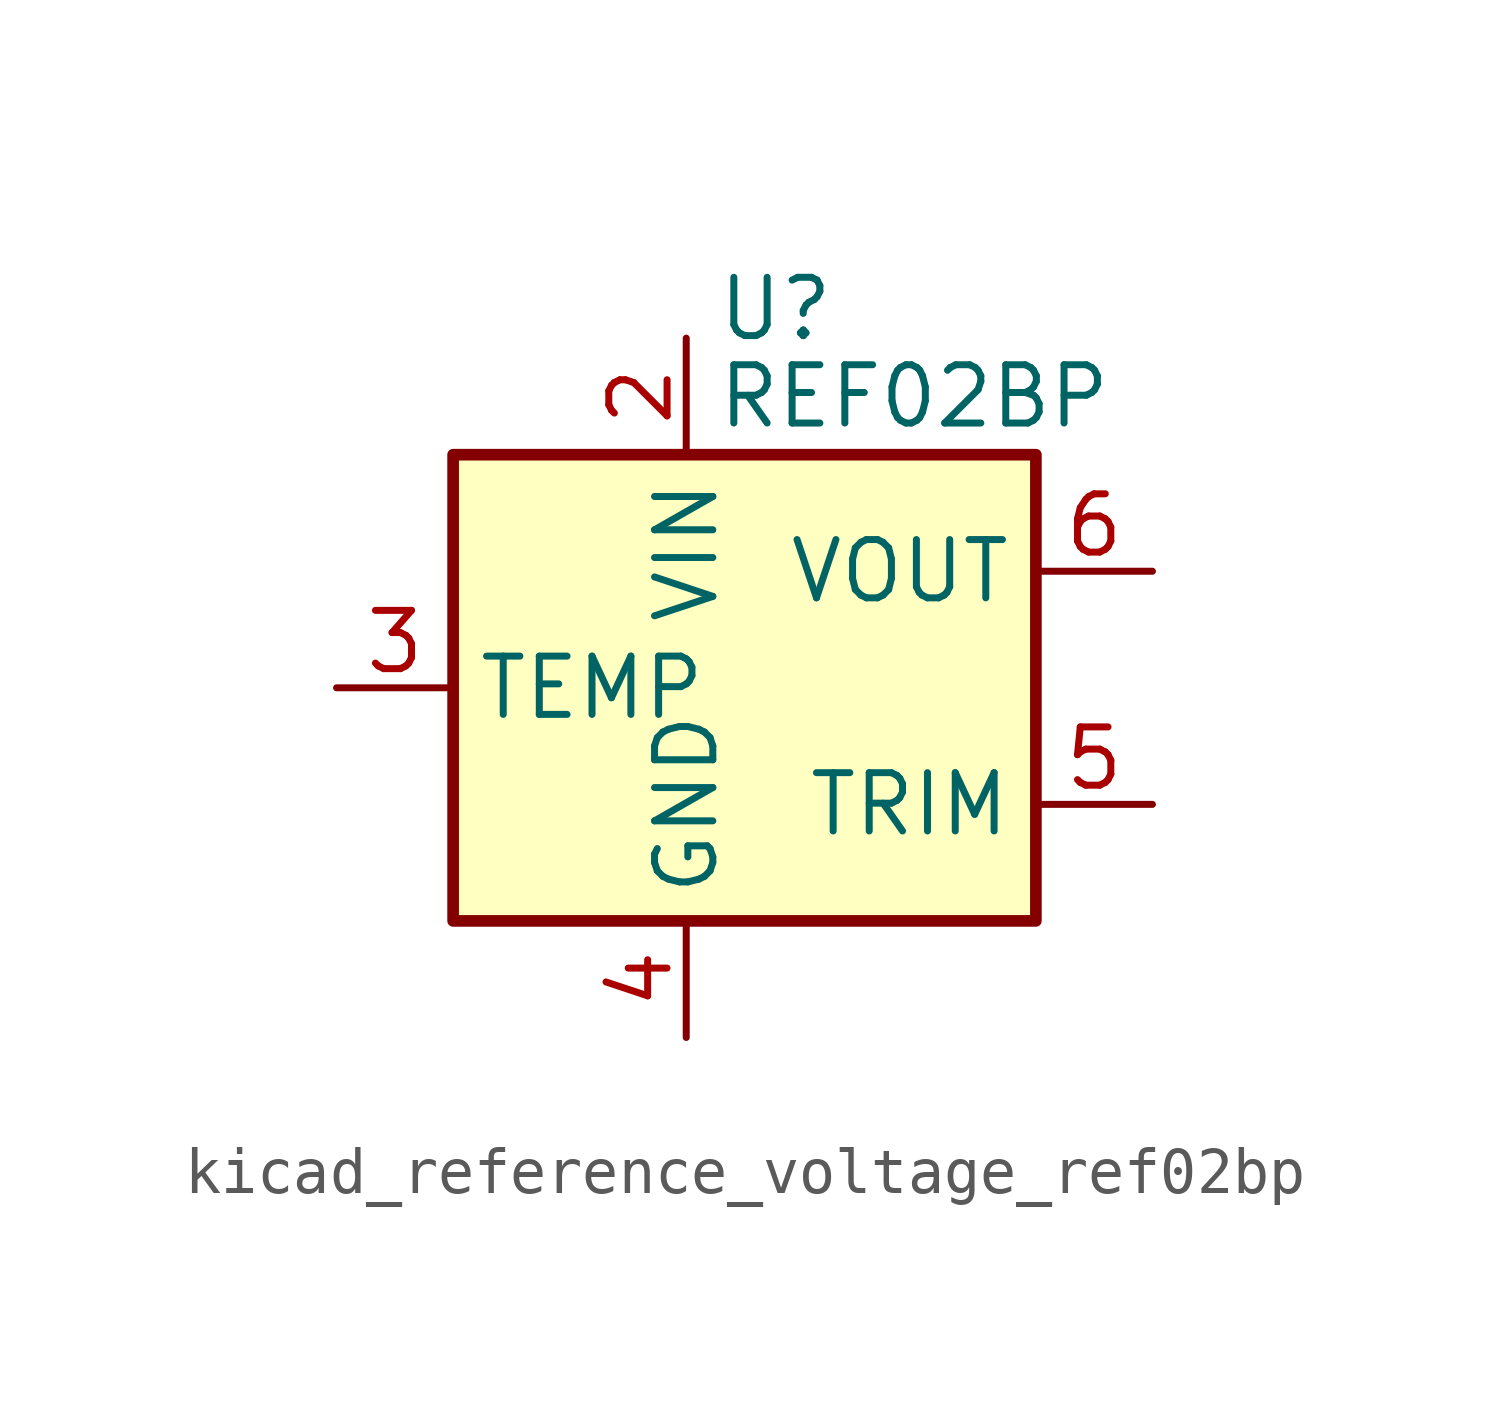
<source format=kicad_sym>
(kicad_symbol_lib
  (version 20220914)
  (generator kicad_symbol_editor)
  (symbol "kicad_reference_voltage_ref02bp"
    (property "Reference" "U"
      (at 0.635 8.255 0)
      (effects (font (size 1.27 1.27)) (justify left)))
    (property "Value" "REF02BP"
      (at 0.635 6.35 0)
      (effects (font (size 1.27 1.27)) (justify left)))
    (symbol "kicad_reference_voltage_ref02bp_0_1"
      (rectangle (start -5.08 5.08) (end 7.62 -5.08) (stroke (width 0.254) (type default)) (fill (type background))))
    (symbol "kicad_reference_voltage_ref02bp_1_1"
      (pin no_connect line (at 2.54 -5.08 90) (length 2.54) hide (name "NC" (effects (font (size 1.27 1.27)))) (number "1" (effects (font (size 1.27 1.27)))))
      (pin power_in line (at 0 7.62 270) (length 2.54) (name "VIN" (effects (font (size 1.27 1.27)))) (number "2" (effects (font (size 1.27 1.27)))))
      (pin passive line (at -7.62 0 0) (length 2.54) (name "TEMP" (effects (font (size 1.27 1.27)))) (number "3" (effects (font (size 1.27 1.27)))))
      (pin power_in line (at 0 -7.62 90) (length 2.54) (name "GND" (effects (font (size 1.27 1.27)))) (number "4" (effects (font (size 1.27 1.27)))))
      (pin passive line (at 10.16 -2.54 180) (length 2.54) (name "TRIM" (effects (font (size 1.27 1.27)))) (number "5" (effects (font (size 1.27 1.27)))))
      (pin power_out line (at 10.16 2.54 180) (length 2.54) (name "VOUT" (effects (font (size 1.27 1.27)))) (number "6" (effects (font (size 1.27 1.27)))))
      (pin no_connect line (at -2.54 -5.08 90) (length 2.54) hide (name "NC" (effects (font (size 1.27 1.27)))) (number "7" (effects (font (size 1.27 1.27)))))
      (pin no_connect line (at 7.62 0 180) (length 2.54) hide (name "NC" (effects (font (size 1.27 1.27)))) (number "8" (effects (font (size 1.27 1.27))))))))
</source>
